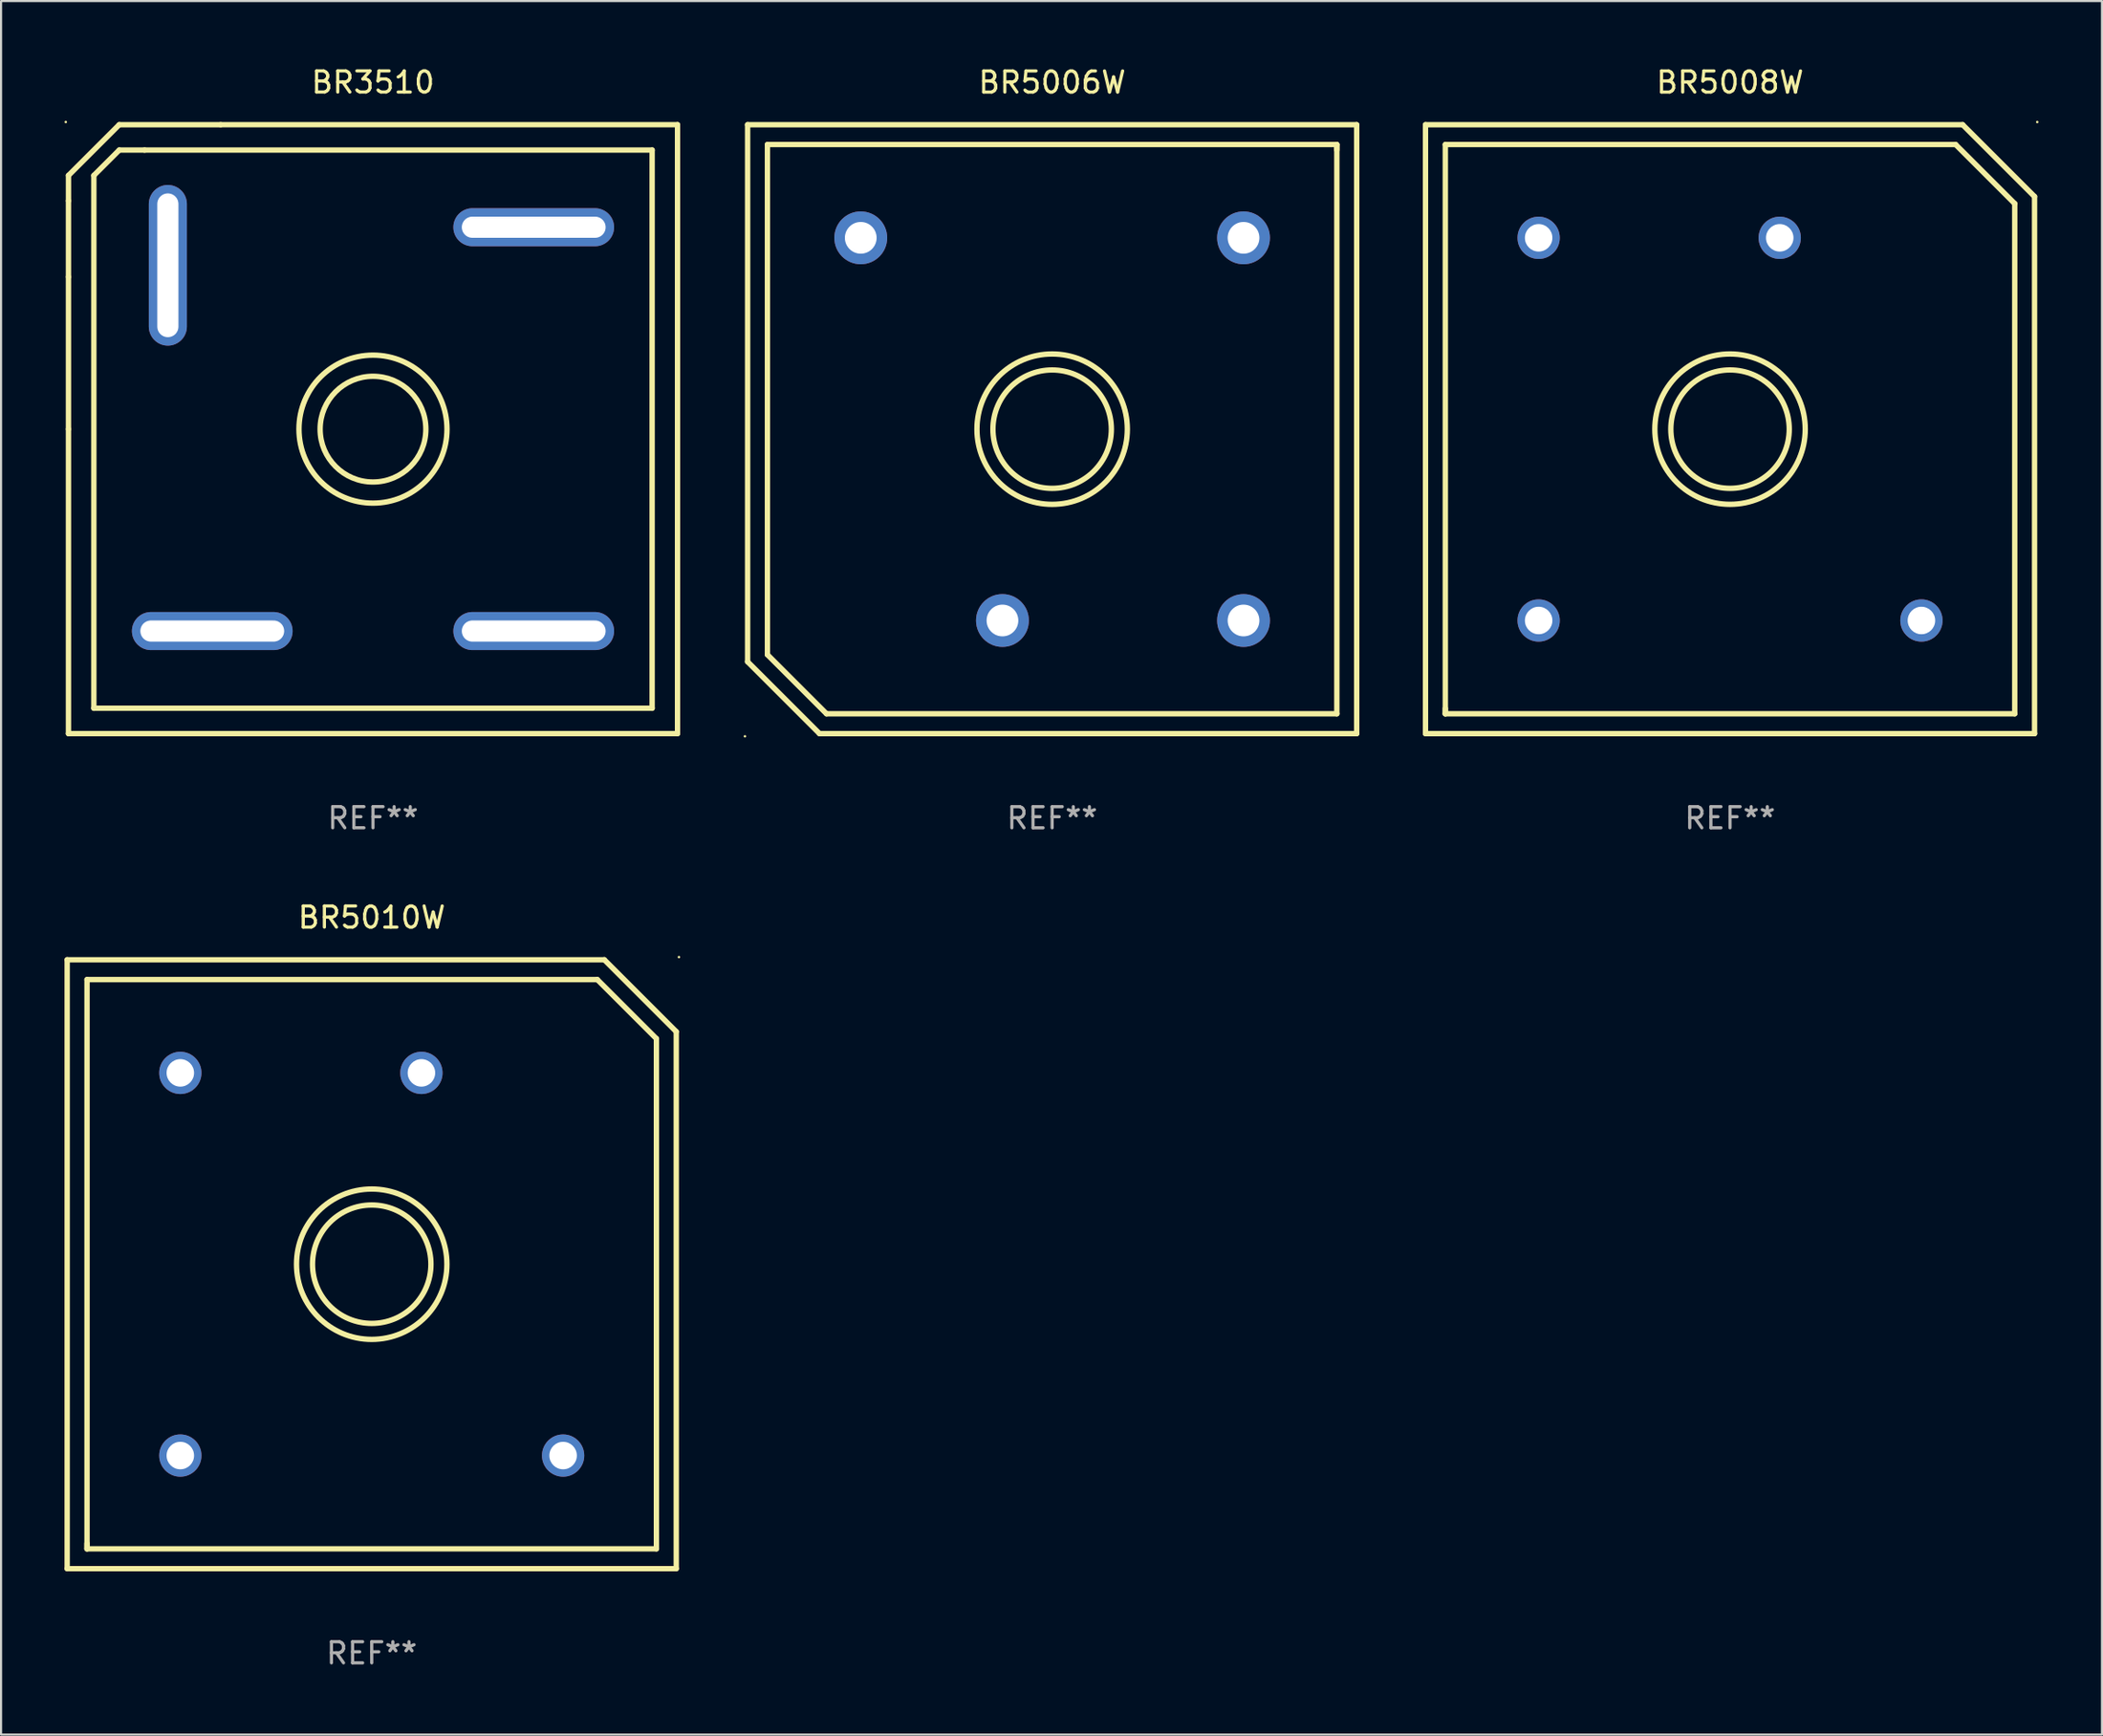
<source format=kicad_pcb>
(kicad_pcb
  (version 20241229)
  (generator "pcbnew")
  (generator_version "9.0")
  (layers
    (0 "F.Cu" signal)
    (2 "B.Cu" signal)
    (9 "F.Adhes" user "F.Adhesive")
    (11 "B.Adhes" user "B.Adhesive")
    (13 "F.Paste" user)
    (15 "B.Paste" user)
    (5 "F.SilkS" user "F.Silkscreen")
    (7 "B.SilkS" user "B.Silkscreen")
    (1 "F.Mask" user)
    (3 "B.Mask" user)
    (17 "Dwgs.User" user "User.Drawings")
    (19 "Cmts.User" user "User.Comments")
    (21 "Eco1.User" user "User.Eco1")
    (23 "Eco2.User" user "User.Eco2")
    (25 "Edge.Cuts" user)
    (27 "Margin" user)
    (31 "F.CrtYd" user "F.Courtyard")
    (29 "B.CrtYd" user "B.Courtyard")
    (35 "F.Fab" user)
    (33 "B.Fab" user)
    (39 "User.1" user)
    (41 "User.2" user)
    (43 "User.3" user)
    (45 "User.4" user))
  (footprint "BR5006W"
    (layer "F.Cu")
    (at 46.701 17.249)
    (property "Reference" "BR5006W" (at 0 -16.4 0) (layer "F.SilkS") (effects (font (size 1 1) (thickness 0.15))))
    (attr through_hole)
    (fp_line (start -14.4 -14.4) (end -14.4 11) (stroke (width 0.254) (type solid)) (layer "F.SilkS"))
    (fp_line (start -13.462 -13.462) (end 13.462 -13.462) (stroke (width 0.254) (type solid)) (layer "F.SilkS"))
    (fp_line (start -13.462 10.668) (end -13.462 -13.462) (stroke (width 0.254) (type solid)) (layer "F.SilkS"))
    (fp_line (start -11 14.4) (end -14.4 11) (stroke (width 0.254) (type solid)) (layer "F.SilkS"))
    (fp_line (start -11 14.4) (end 14.4 14.4) (stroke (width 0.254) (type solid)) (layer "F.SilkS"))
    (fp_line (start -10.668 13.462) (end -13.462 10.668) (stroke (width 0.254) (type solid)) (layer "F.SilkS"))
    (fp_line (start 13.462 -13.462) (end 13.462 -13.208) (stroke (width 0.254) (type solid)) (layer "F.SilkS"))
    (fp_line (start 13.462 -13.462) (end 13.462 13.462) (stroke (width 0.254) (type solid)) (layer "F.SilkS"))
    (fp_line (start 13.462 13.462) (end -10.668 13.462) (stroke (width 0.254) (type solid)) (layer "F.SilkS"))
    (fp_line (start 14.4 -14.4) (end 14.4 14.4) (stroke (width 0.254) (type solid)) (layer "F.SilkS"))
    (fp_line (start 14.4 -14.4) (end -14.4 -14.4) (stroke (width 0.254) (type solid)) (layer "F.SilkS"))
    (fp_circle (center -14.527 14.527) (end -14.497 14.527) (stroke (width 0.06) (type solid)) (fill no) (layer "F.SilkS"))
    (fp_circle (center -0.000025 0.000394) (end 2.8 0.000394) (stroke (width 0.254) (type solid)) (fill no) (layer "F.SilkS"))
    (fp_circle (center -0.000025 0.000394) (end 3.556 0.000394) (stroke (width 0.254) (type solid)) (fill no) (layer "F.SilkS"))
    (fp_text user "REF**" (at 0 18.4 0) (layer "F.Fab") (effects (font (size 1 1) (thickness 0.15))))
    (pad "1" thru_hole circle (at -2.35 9.05) (size 2.5 2.5) (drill 1.5) (layers "*.Cu" "*.Mask"))
    (pad "2" thru_hole circle (at -9.05 -9.05) (size 2.5 2.5) (drill 1.5) (layers "*.Cu" "*.Mask"))
    (pad "3" thru_hole circle (at 9.05 -9.05) (size 2.5 2.5) (drill 1.5) (layers "*.Cu" "*.Mask"))
    (pad "4" thru_hole circle (at 9.05 9.05) (size 2.5 2.5) (drill 1.5) (layers "*.Cu" "*.Mask")))
  (footprint "BR3510"
    (layer "F.Cu")
    (at 14.587 17.248)
    (property "Reference" "BR3510" (at 0 -16.4 0) (layer "F.SilkS") (effects (font (size 1 1) (thickness 0.15))))
    (attr through_hole)
    (fp_line (start -14.4 -10.8) (end -14.4 -7.2) (stroke (width 0.254) (type solid)) (layer "F.SilkS"))
    (fp_line (start -14.4 0) (end -14.4 -7.2) (stroke (width 0.254) (type solid)) (layer "F.SilkS"))
    (fp_line (start -14.4 14.4) (end -14.4 0) (stroke (width 0.254) (type solid)) (layer "F.SilkS"))
    (fp_line (start -14.399 -11.999) (end -14.399 -10.8) (stroke (width 0.254) (type solid)) (layer "F.SilkS"))
    (fp_line (start -13.2 -11.999) (end -11.999 -13.2) (stroke (width 0.254) (type solid)) (layer "F.SilkS"))
    (fp_line (start -13.2 13.2) (end -13.2 -11.999) (stroke (width 0.254) (type solid)) (layer "F.SilkS"))
    (fp_line (start -11.999 -14.399) (end -14.399 -11.999) (stroke (width 0.254) (type solid)) (layer "F.SilkS"))
    (fp_line (start -11.999 -13.2) (end -10.8 -13.2) (stroke (width 0.254) (type solid)) (layer "F.SilkS"))
    (fp_line (start -10.8 -13.2) (end 13.2 -13.2) (stroke (width 0.254) (type solid)) (layer "F.SilkS"))
    (fp_line (start -7.201 -14.399) (end -11.999 -14.399) (stroke (width 0.254) (type solid)) (layer "F.SilkS"))
    (fp_line (start 13.2 -13.2) (end 13.2 13.2) (stroke (width 0.254) (type solid)) (layer "F.SilkS"))
    (fp_line (start 13.2 13.2) (end -13.2 13.2) (stroke (width 0.254) (type solid)) (layer "F.SilkS"))
    (fp_line (start 14.4 -14.4) (end -7.2 -14.4) (stroke (width 0.254) (type solid)) (layer "F.SilkS"))
    (fp_line (start 14.4 -14.4) (end 14.4 14.4) (stroke (width 0.254) (type solid)) (layer "F.SilkS"))
    (fp_line (start 14.4 14.4) (end -14.4 14.4) (stroke (width 0.254) (type solid)) (layer "F.SilkS"))
    (fp_circle (center -14.527 -14.527) (end -14.497 -14.527) (stroke (width 0.06) (type solid)) (fill no) (layer "F.SilkS"))
    (fp_circle (center 0 0) (end 2.5 0) (stroke (width 0.254) (type solid)) (fill no) (layer "F.SilkS"))
    (fp_circle (center 0 0) (end 3.5 0) (stroke (width 0.254) (type solid)) (fill no) (layer "F.SilkS"))
    (fp_text user "REF**" (at 0 18.4 0) (layer "F.Fab") (effects (font (size 1 1) (thickness 0.15))))
    (pad "1" thru_hole oval (at -9.7 -7.75) (size 1.8 7.6) (drill oval 1 6.8) (layers "*.Cu" "*.Mask"))
    (pad "2" thru_hole oval (at -7.6 9.55 90) (size 1.8 7.6) (drill oval 1 6.8) (layers "*.Cu" "*.Mask"))
    (pad "3" thru_hole oval (at 7.6 9.55 90) (size 1.8 7.6) (drill oval 1 6.8) (layers "*.Cu" "*.Mask"))
    (pad "4" thru_hole oval (at 7.6 -9.55 90) (size 1.8 7.6) (drill oval 1 6.8) (layers "*.Cu" "*.Mask")))
  (footprint "BR5008W"
    (layer "F.Cu")
    (at 78.755 17.249)
    (property "Reference" "BR5008W" (at 0 -16.4 0) (layer "F.SilkS") (effects (font (size 1 1) (thickness 0.15))))
    (attr through_hole)
    (fp_line (start -14.4 14.4) (end 14.4 14.4) (stroke (width 0.254) (type solid)) (layer "F.SilkS"))
    (fp_line (start -14.4 14.4) (end -14.4 -14.4) (stroke (width 0.254) (type solid)) (layer "F.SilkS"))
    (fp_line (start -13.462 -13.462) (end 10.668 -13.462) (stroke (width 0.254) (type solid)) (layer "F.SilkS"))
    (fp_line (start -13.462 13.462) (end -13.462 -13.462) (stroke (width 0.254) (type solid)) (layer "F.SilkS"))
    (fp_line (start -13.462 13.462) (end -13.462 13.208) (stroke (width 0.254) (type solid)) (layer "F.SilkS"))
    (fp_line (start 10.668 -13.462) (end 13.462 -10.668) (stroke (width 0.254) (type solid)) (layer "F.SilkS"))
    (fp_line (start 11 -14.4) (end -14.4 -14.4) (stroke (width 0.254) (type solid)) (layer "F.SilkS"))
    (fp_line (start 11 -14.4) (end 14.4 -11) (stroke (width 0.254) (type solid)) (layer "F.SilkS"))
    (fp_line (start 13.462 -10.668) (end 13.462 13.462) (stroke (width 0.254) (type solid)) (layer "F.SilkS"))
    (fp_line (start 13.462 13.462) (end -13.462 13.462) (stroke (width 0.254) (type solid)) (layer "F.SilkS"))
    (fp_line (start 14.4 14.4) (end 14.4 -11) (stroke (width 0.254) (type solid)) (layer "F.SilkS"))
    (fp_circle (center 0 -0.000381) (end 2.8 -0.000381) (stroke (width 0.254) (type solid)) (fill no) (layer "F.SilkS"))
    (fp_circle (center 0 -0.000381) (end 3.556 -0.000381) (stroke (width 0.254) (type solid)) (fill no) (layer "F.SilkS"))
    (fp_circle (center 14.527 -14.527) (end 14.557 -14.527) (stroke (width 0.06) (type solid)) (fill no) (layer "F.SilkS"))
    (fp_text user "REF**" (at 0 18.4 0) (layer "F.Fab") (effects (font (size 1 1) (thickness 0.15))))
    (pad "1" thru_hole circle (at 2.35 -9.05) (size 2 2) (drill 1.3) (layers "*.Cu" "*.Mask"))
    (pad "2" thru_hole circle (at 9.05 9.05) (size 2 2) (drill 1.3) (layers "*.Cu" "*.Mask"))
    (pad "3" thru_hole circle (at -9.05 9.05) (size 2 2) (drill 1.3) (layers "*.Cu" "*.Mask"))
    (pad "4" thru_hole circle (at -9.05 -9.05) (size 2 2) (drill 1.3) (layers "*.Cu" "*.Mask")))
  (footprint "BR5010W"
    (layer "F.Cu")
    (at 14.527 56.746)
    (property "Reference" "BR5010W" (at 0 -16.4 0) (layer "F.SilkS") (effects (font (size 1 1) (thickness 0.15))))
    (attr through_hole)
    (fp_line (start -14.4 14.4) (end 14.4 14.4) (stroke (width 0.254) (type solid)) (layer "F.SilkS"))
    (fp_line (start -14.4 14.4) (end -14.4 -14.4) (stroke (width 0.254) (type solid)) (layer "F.SilkS"))
    (fp_line (start -13.462 -13.462) (end 10.668 -13.462) (stroke (width 0.254) (type solid)) (layer "F.SilkS"))
    (fp_line (start -13.462 13.462) (end -13.462 -13.462) (stroke (width 0.254) (type solid)) (layer "F.SilkS"))
    (fp_line (start -13.462 13.462) (end -13.462 13.208) (stroke (width 0.254) (type solid)) (layer "F.SilkS"))
    (fp_line (start 10.668 -13.462) (end 13.462 -10.668) (stroke (width 0.254) (type solid)) (layer "F.SilkS"))
    (fp_line (start 11 -14.4) (end -14.4 -14.4) (stroke (width 0.254) (type solid)) (layer "F.SilkS"))
    (fp_line (start 11 -14.4) (end 14.4 -11) (stroke (width 0.254) (type solid)) (layer "F.SilkS"))
    (fp_line (start 13.462 -10.668) (end 13.462 13.462) (stroke (width 0.254) (type solid)) (layer "F.SilkS"))
    (fp_line (start 13.462 13.462) (end -13.462 13.462) (stroke (width 0.254) (type solid)) (layer "F.SilkS"))
    (fp_line (start 14.4 14.4) (end 14.4 -11) (stroke (width 0.254) (type solid)) (layer "F.SilkS"))
    (fp_circle (center 0 -0.000381) (end 2.8 -0.000381) (stroke (width 0.254) (type solid)) (fill no) (layer "F.SilkS"))
    (fp_circle (center 0 -0.000381) (end 3.556 -0.000381) (stroke (width 0.254) (type solid)) (fill no) (layer "F.SilkS"))
    (fp_circle (center 14.527 -14.527) (end 14.557 -14.527) (stroke (width 0.06) (type solid)) (fill no) (layer "F.SilkS"))
    (fp_text user "REF**" (at 0 18.4 0) (layer "F.Fab") (effects (font (size 1 1) (thickness 0.15))))
    (pad "1" thru_hole circle (at 2.35 -9.05) (size 2 2) (drill 1.3) (layers "*.Cu" "*.Mask"))
    (pad "2" thru_hole circle (at 9.05 9.05) (size 2 2) (drill 1.3) (layers "*.Cu" "*.Mask"))
    (pad "3" thru_hole circle (at -9.05 9.05) (size 2 2) (drill 1.3) (layers "*.Cu" "*.Mask"))
    (pad "4" thru_hole circle (at -9.05 -9.05) (size 2 2) (drill 1.3) (layers "*.Cu" "*.Mask")))
  (gr_rect
    (start -3 -3)
    (end 96.342 78.995)
    (stroke (width 0.1) (type default))
    (fill no)
    (layer "Edge.Cuts")))
</source>
